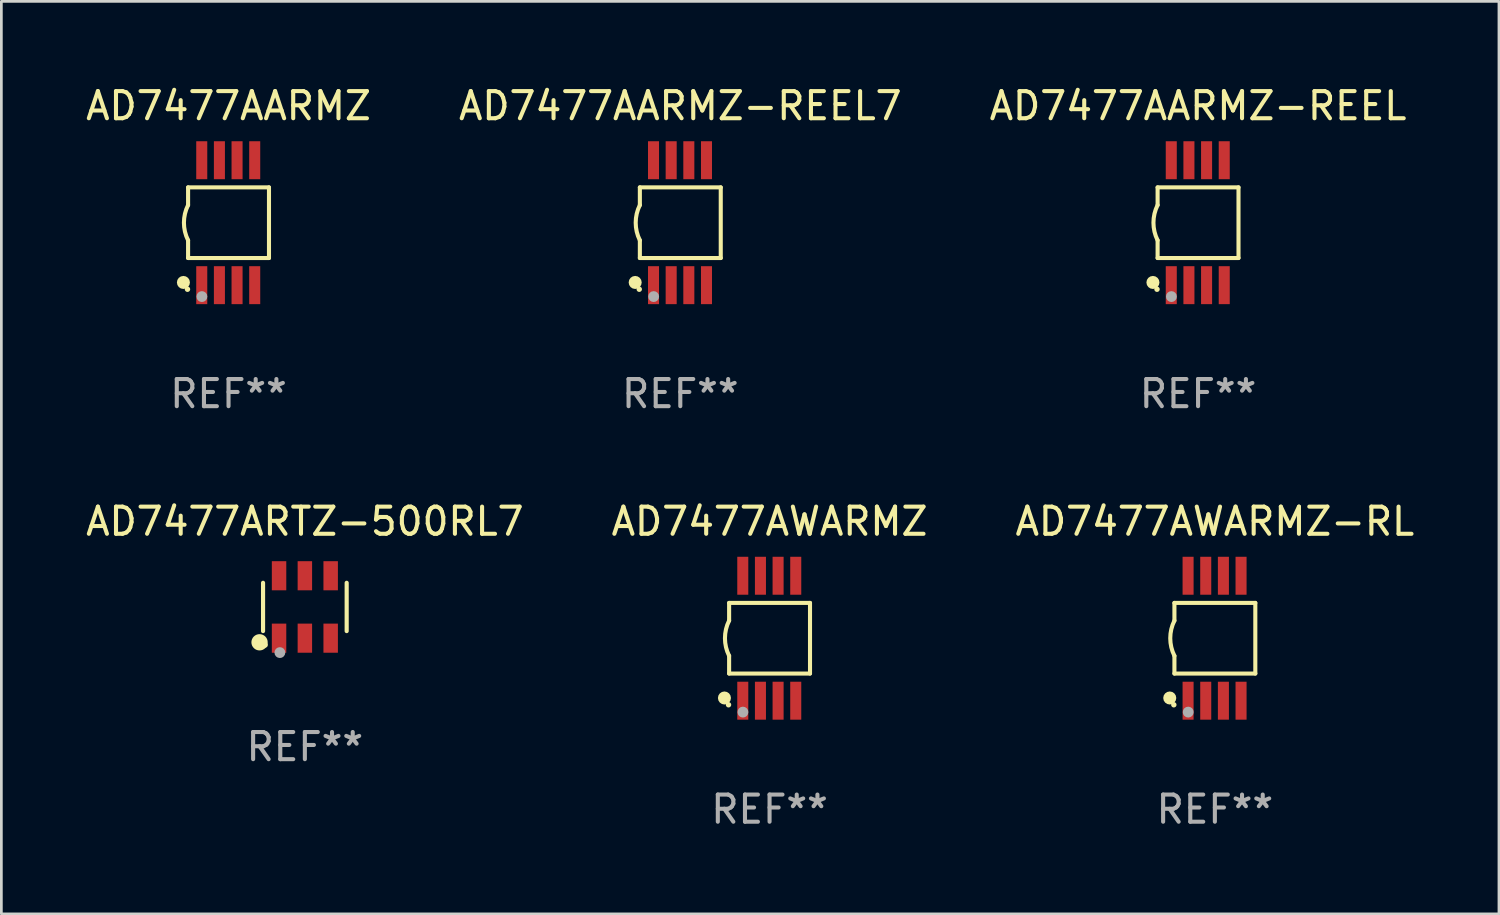
<source format=kicad_pcb>
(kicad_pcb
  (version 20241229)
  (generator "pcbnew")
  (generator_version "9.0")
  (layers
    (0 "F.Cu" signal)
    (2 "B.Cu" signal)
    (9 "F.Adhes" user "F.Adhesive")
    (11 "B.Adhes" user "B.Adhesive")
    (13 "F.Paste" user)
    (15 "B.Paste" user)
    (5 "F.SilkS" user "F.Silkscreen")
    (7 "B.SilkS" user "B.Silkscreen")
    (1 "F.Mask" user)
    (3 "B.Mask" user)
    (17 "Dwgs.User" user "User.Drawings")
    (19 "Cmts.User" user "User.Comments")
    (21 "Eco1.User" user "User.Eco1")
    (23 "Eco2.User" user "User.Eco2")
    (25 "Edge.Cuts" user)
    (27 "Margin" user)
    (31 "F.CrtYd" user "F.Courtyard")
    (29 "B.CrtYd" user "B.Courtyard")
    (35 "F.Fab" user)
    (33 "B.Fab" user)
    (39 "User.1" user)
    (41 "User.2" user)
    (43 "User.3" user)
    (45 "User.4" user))
  (footprint "AD7477AARMZ"
    (layer "F.Cu")
    (at 5.363 5.148)
    (property "Reference" "AD7477AARMZ" (at 0 -4.3 0) (layer "F.SilkS") (effects (font (size 1 1) (thickness 0.15))))
    (attr through_hole)
    (fp_line (start -1.489 -1.3) (end -1.489 -0.648) (stroke (width 0.15) (type solid)) (layer "F.SilkS"))
    (fp_line (start -1.489 0.648) (end -1.489 1.3) (stroke (width 0.15) (type solid)) (layer "F.SilkS"))
    (fp_line (start -1.489 1.3) (end 1.489 1.3) (stroke (width 0.15) (type solid)) (layer "F.SilkS"))
    (fp_line (start 1.489 -1.3) (end -1.489 -1.3) (stroke (width 0.15) (type solid)) (layer "F.SilkS"))
    (fp_line (start 1.489 1.3) (end 1.489 -1.3) (stroke (width 0.15) (type solid)) (layer "F.SilkS"))
    (fp_arc (start -1.489205 0.647702) (mid -1.642107 0) (end -1.489205 -0.647701) (stroke (width 0.150013) (type solid)) (layer "F.SilkS"))
    (fp_circle (center -1.661 2.2) (end -1.541 2.2) (stroke (width 0.24) (type solid)) (fill no) (layer "F.SilkS"))
    (fp_circle (center -1.511 2.45) (end -1.461 2.45) (stroke (width 0.1) (type solid)) (fill no) (layer "F.SilkS"))
    (fp_circle (center -0.981 2.72) (end -0.881 2.72) (stroke (width 0.2) (type solid)) (fill no) (layer "F.Fab"))
    (fp_text user "REF**" (at 0 6.3 0) (layer "F.Fab") (effects (font (size 1 1) (thickness 0.15))))
    (pad "1" smd rect (at -0.986 2.3) (size 0.406 1.397) (layers "F.Cu" "F.Mask" "F.Paste"))
    (pad "2" smd rect (at -0.336 2.3) (size 0.406 1.397) (layers "F.Cu" "F.Mask" "F.Paste"))
    (pad "3" smd rect (at 0.314 2.3) (size 0.406 1.397) (layers "F.Cu" "F.Mask" "F.Paste"))
    (pad "4" smd rect (at 0.964 2.3) (size 0.406 1.397) (layers "F.Cu" "F.Mask" "F.Paste"))
    (pad "5" smd rect (at 0.964 -2.3) (size 0.406 1.397) (layers "F.Cu" "F.Mask" "F.Paste"))
    (pad "6" smd rect (at 0.314 -2.3) (size 0.406 1.397) (layers "F.Cu" "F.Mask" "F.Paste"))
    (pad "7" smd rect (at -0.336 -2.3) (size 0.406 1.397) (layers "F.Cu" "F.Mask" "F.Paste"))
    (pad "8" smd rect (at -0.986 -2.3) (size 0.406 1.397) (layers "F.Cu" "F.Mask" "F.Paste")))
  (footprint "AD7477AWARMZ"
    (layer "F.Cu")
    (at 25.28 20.445)
    (property "Reference" "AD7477AWARMZ" (at 0 -4.3 0) (layer "F.SilkS") (effects (font (size 1 1) (thickness 0.15))))
    (attr through_hole)
    (fp_line (start -1.489 -1.3) (end -1.489 -0.648) (stroke (width 0.15) (type solid)) (layer "F.SilkS"))
    (fp_line (start -1.489 0.648) (end -1.489 1.3) (stroke (width 0.15) (type solid)) (layer "F.SilkS"))
    (fp_line (start -1.489 1.3) (end 1.489 1.3) (stroke (width 0.15) (type solid)) (layer "F.SilkS"))
    (fp_line (start 1.489 -1.3) (end -1.489 -1.3) (stroke (width 0.15) (type solid)) (layer "F.SilkS"))
    (fp_line (start 1.489 1.3) (end 1.489 -1.3) (stroke (width 0.15) (type solid)) (layer "F.SilkS"))
    (fp_arc (start -1.489205 0.647702) (mid -1.642107 0) (end -1.489205 -0.647701) (stroke (width 0.150013) (type solid)) (layer "F.SilkS"))
    (fp_circle (center -1.661 2.2) (end -1.541 2.2) (stroke (width 0.24) (type solid)) (fill no) (layer "F.SilkS"))
    (fp_circle (center -1.511 2.45) (end -1.461 2.45) (stroke (width 0.1) (type solid)) (fill no) (layer "F.SilkS"))
    (fp_circle (center -0.981 2.72) (end -0.881 2.72) (stroke (width 0.2) (type solid)) (fill no) (layer "F.Fab"))
    (fp_text user "REF**" (at 0 6.3 0) (layer "F.Fab") (effects (font (size 1 1) (thickness 0.15))))
    (pad "1" smd rect (at -0.986 2.3) (size 0.406 1.397) (layers "F.Cu" "F.Mask" "F.Paste"))
    (pad "2" smd rect (at -0.336 2.3) (size 0.406 1.397) (layers "F.Cu" "F.Mask" "F.Paste"))
    (pad "3" smd rect (at 0.314 2.3) (size 0.406 1.397) (layers "F.Cu" "F.Mask" "F.Paste"))
    (pad "4" smd rect (at 0.964 2.3) (size 0.406 1.397) (layers "F.Cu" "F.Mask" "F.Paste"))
    (pad "5" smd rect (at 0.964 -2.3) (size 0.406 1.397) (layers "F.Cu" "F.Mask" "F.Paste"))
    (pad "6" smd rect (at 0.314 -2.3) (size 0.406 1.397) (layers "F.Cu" "F.Mask" "F.Paste"))
    (pad "7" smd rect (at -0.336 -2.3) (size 0.406 1.397) (layers "F.Cu" "F.Mask" "F.Paste"))
    (pad "8" smd rect (at -0.986 -2.3) (size 0.406 1.397) (layers "F.Cu" "F.Mask" "F.Paste")))
  (footprint "AD7477AARMZ-REEL"
    (layer "F.Cu")
    (at 41.054 5.148)
    (property "Reference" "AD7477AARMZ-REEL" (at 0 -4.3 0) (layer "F.SilkS") (effects (font (size 1 1) (thickness 0.15))))
    (attr through_hole)
    (fp_line (start -1.489 -1.3) (end -1.489 -0.648) (stroke (width 0.15) (type solid)) (layer "F.SilkS"))
    (fp_line (start -1.489 0.648) (end -1.489 1.3) (stroke (width 0.15) (type solid)) (layer "F.SilkS"))
    (fp_line (start -1.489 1.3) (end 1.489 1.3) (stroke (width 0.15) (type solid)) (layer "F.SilkS"))
    (fp_line (start 1.489 -1.3) (end -1.489 -1.3) (stroke (width 0.15) (type solid)) (layer "F.SilkS"))
    (fp_line (start 1.489 1.3) (end 1.489 -1.3) (stroke (width 0.15) (type solid)) (layer "F.SilkS"))
    (fp_arc (start -1.489205 0.647702) (mid -1.642107 0) (end -1.489205 -0.647701) (stroke (width 0.150013) (type solid)) (layer "F.SilkS"))
    (fp_circle (center -1.661 2.2) (end -1.541 2.2) (stroke (width 0.24) (type solid)) (fill no) (layer "F.SilkS"))
    (fp_circle (center -1.511 2.45) (end -1.461 2.45) (stroke (width 0.1) (type solid)) (fill no) (layer "F.SilkS"))
    (fp_circle (center -0.981 2.72) (end -0.881 2.72) (stroke (width 0.2) (type solid)) (fill no) (layer "F.Fab"))
    (fp_text user "REF**" (at 0 6.3 0) (layer "F.Fab") (effects (font (size 1 1) (thickness 0.15))))
    (pad "1" smd rect (at -0.986 2.3) (size 0.406 1.397) (layers "F.Cu" "F.Mask" "F.Paste"))
    (pad "2" smd rect (at -0.336 2.3) (size 0.406 1.397) (layers "F.Cu" "F.Mask" "F.Paste"))
    (pad "3" smd rect (at 0.314 2.3) (size 0.406 1.397) (layers "F.Cu" "F.Mask" "F.Paste"))
    (pad "4" smd rect (at 0.964 2.3) (size 0.406 1.397) (layers "F.Cu" "F.Mask" "F.Paste"))
    (pad "5" smd rect (at 0.964 -2.3) (size 0.406 1.397) (layers "F.Cu" "F.Mask" "F.Paste"))
    (pad "6" smd rect (at 0.314 -2.3) (size 0.406 1.397) (layers "F.Cu" "F.Mask" "F.Paste"))
    (pad "7" smd rect (at -0.336 -2.3) (size 0.406 1.397) (layers "F.Cu" "F.Mask" "F.Paste"))
    (pad "8" smd rect (at -0.986 -2.3) (size 0.406 1.397) (layers "F.Cu" "F.Mask" "F.Paste")))
  (footprint "AD7477ARTZ-500RL7"
    (layer "F.Cu")
    (at 8.173 19.294)
    (property "Reference" "AD7477ARTZ-500RL7" (at 0 -3.149 0) (layer "F.SilkS") (effects (font (size 1 1) (thickness 0.15))))
    (attr through_hole)
    (fp_line (start -1.539 0.889) (end -1.539 -0.889) (stroke (width 0.152) (type solid)) (layer "F.SilkS"))
    (fp_line (start 1.539 0.889) (end 1.539 -0.889) (stroke (width 0.152) (type solid)) (layer "F.SilkS"))
    (fp_circle (center -1.668 1.301) (end -1.518 1.301) (stroke (width 0.3) (type solid)) (fill no) (layer "F.SilkS"))
    (fp_circle (center -1.463 1.4) (end -1.413 1.4) (stroke (width 0.1) (type solid)) (fill no) (layer "F.SilkS"))
    (fp_circle (center -0.92 1.68) (end -0.82 1.68) (stroke (width 0.2) (type solid)) (fill no) (layer "F.Fab"))
    (fp_text user "REF**" (at 0 5.149 0) (layer "F.Fab") (effects (font (size 1 1) (thickness 0.15))))
    (pad "1" smd rect (at -0.95 1.149) (size 0.532 1.072) (layers "F.Cu" "F.Mask" "F.Paste"))
    (pad "2" smd rect (at 0 1.149) (size 0.532 1.072) (layers "F.Cu" "F.Mask" "F.Paste"))
    (pad "3" smd rect (at 0.95 1.149) (size 0.532 1.072) (layers "F.Cu" "F.Mask" "F.Paste"))
    (pad "4" smd rect (at 0.95 -1.149) (size 0.532 1.072) (layers "F.Cu" "F.Mask" "F.Paste"))
    (pad "5" smd rect (at 0 -1.149) (size 0.532 1.072) (layers "F.Cu" "F.Mask" "F.Paste"))
    (pad "6" smd rect (at -0.95 -1.149) (size 0.532 1.072) (layers "F.Cu" "F.Mask" "F.Paste")))
  (footprint "AD7477AARMZ-REEL7"
    (layer "F.Cu")
    (at 21.994 5.148)
    (property "Reference" "AD7477AARMZ-REEL7" (at 0 -4.3 0) (layer "F.SilkS") (effects (font (size 1 1) (thickness 0.15))))
    (attr through_hole)
    (fp_line (start -1.489 -1.3) (end -1.489 -0.648) (stroke (width 0.15) (type solid)) (layer "F.SilkS"))
    (fp_line (start -1.489 0.648) (end -1.489 1.3) (stroke (width 0.15) (type solid)) (layer "F.SilkS"))
    (fp_line (start -1.489 1.3) (end 1.489 1.3) (stroke (width 0.15) (type solid)) (layer "F.SilkS"))
    (fp_line (start 1.489 -1.3) (end -1.489 -1.3) (stroke (width 0.15) (type solid)) (layer "F.SilkS"))
    (fp_line (start 1.489 1.3) (end 1.489 -1.3) (stroke (width 0.15) (type solid)) (layer "F.SilkS"))
    (fp_arc (start -1.489205 0.647702) (mid -1.642107 0) (end -1.489205 -0.647701) (stroke (width 0.150013) (type solid)) (layer "F.SilkS"))
    (fp_circle (center -1.661 2.2) (end -1.541 2.2) (stroke (width 0.24) (type solid)) (fill no) (layer "F.SilkS"))
    (fp_circle (center -1.511 2.45) (end -1.461 2.45) (stroke (width 0.1) (type solid)) (fill no) (layer "F.SilkS"))
    (fp_circle (center -0.981 2.72) (end -0.881 2.72) (stroke (width 0.2) (type solid)) (fill no) (layer "F.Fab"))
    (fp_text user "REF**" (at 0 6.3 0) (layer "F.Fab") (effects (font (size 1 1) (thickness 0.15))))
    (pad "1" smd rect (at -0.986 2.3) (size 0.406 1.397) (layers "F.Cu" "F.Mask" "F.Paste"))
    (pad "2" smd rect (at -0.336 2.3) (size 0.406 1.397) (layers "F.Cu" "F.Mask" "F.Paste"))
    (pad "3" smd rect (at 0.314 2.3) (size 0.406 1.397) (layers "F.Cu" "F.Mask" "F.Paste"))
    (pad "4" smd rect (at 0.964 2.3) (size 0.406 1.397) (layers "F.Cu" "F.Mask" "F.Paste"))
    (pad "5" smd rect (at 0.964 -2.3) (size 0.406 1.397) (layers "F.Cu" "F.Mask" "F.Paste"))
    (pad "6" smd rect (at 0.314 -2.3) (size 0.406 1.397) (layers "F.Cu" "F.Mask" "F.Paste"))
    (pad "7" smd rect (at -0.336 -2.3) (size 0.406 1.397) (layers "F.Cu" "F.Mask" "F.Paste"))
    (pad "8" smd rect (at -0.986 -2.3) (size 0.406 1.397) (layers "F.Cu" "F.Mask" "F.Paste")))
  (footprint "AD7477AWARMZ-RL"
    (layer "F.Cu")
    (at 41.673 20.445)
    (property "Reference" "AD7477AWARMZ-RL" (at 0 -4.3 0) (layer "F.SilkS") (effects (font (size 1 1) (thickness 0.15))))
    (attr through_hole)
    (fp_line (start -1.489 -1.3) (end -1.489 -0.648) (stroke (width 0.15) (type solid)) (layer "F.SilkS"))
    (fp_line (start -1.489 0.648) (end -1.489 1.3) (stroke (width 0.15) (type solid)) (layer "F.SilkS"))
    (fp_line (start -1.489 1.3) (end 1.489 1.3) (stroke (width 0.15) (type solid)) (layer "F.SilkS"))
    (fp_line (start 1.489 -1.3) (end -1.489 -1.3) (stroke (width 0.15) (type solid)) (layer "F.SilkS"))
    (fp_line (start 1.489 1.3) (end 1.489 -1.3) (stroke (width 0.15) (type solid)) (layer "F.SilkS"))
    (fp_arc (start -1.489205 0.647702) (mid -1.642107 0) (end -1.489205 -0.647701) (stroke (width 0.150013) (type solid)) (layer "F.SilkS"))
    (fp_circle (center -1.661 2.2) (end -1.541 2.2) (stroke (width 0.24) (type solid)) (fill no) (layer "F.SilkS"))
    (fp_circle (center -1.511 2.45) (end -1.461 2.45) (stroke (width 0.1) (type solid)) (fill no) (layer "F.SilkS"))
    (fp_circle (center -0.981 2.72) (end -0.881 2.72) (stroke (width 0.2) (type solid)) (fill no) (layer "F.Fab"))
    (fp_text user "REF**" (at 0 6.3 0) (layer "F.Fab") (effects (font (size 1 1) (thickness 0.15))))
    (pad "1" smd rect (at -0.986 2.3) (size 0.406 1.397) (layers "F.Cu" "F.Mask" "F.Paste"))
    (pad "2" smd rect (at -0.336 2.3) (size 0.406 1.397) (layers "F.Cu" "F.Mask" "F.Paste"))
    (pad "3" smd rect (at 0.314 2.3) (size 0.406 1.397) (layers "F.Cu" "F.Mask" "F.Paste"))
    (pad "4" smd rect (at 0.964 2.3) (size 0.406 1.397) (layers "F.Cu" "F.Mask" "F.Paste"))
    (pad "5" smd rect (at 0.964 -2.3) (size 0.406 1.397) (layers "F.Cu" "F.Mask" "F.Paste"))
    (pad "6" smd rect (at 0.314 -2.3) (size 0.406 1.397) (layers "F.Cu" "F.Mask" "F.Paste"))
    (pad "7" smd rect (at -0.336 -2.3) (size 0.406 1.397) (layers "F.Cu" "F.Mask" "F.Paste"))
    (pad "8" smd rect (at -0.986 -2.3) (size 0.406 1.397) (layers "F.Cu" "F.Mask" "F.Paste")))
  (gr_rect
    (start -3 -3)
    (end 52.131 30.593)
    (stroke (width 0.1) (type default))
    (fill no)
    (layer "Edge.Cuts")))
</source>
